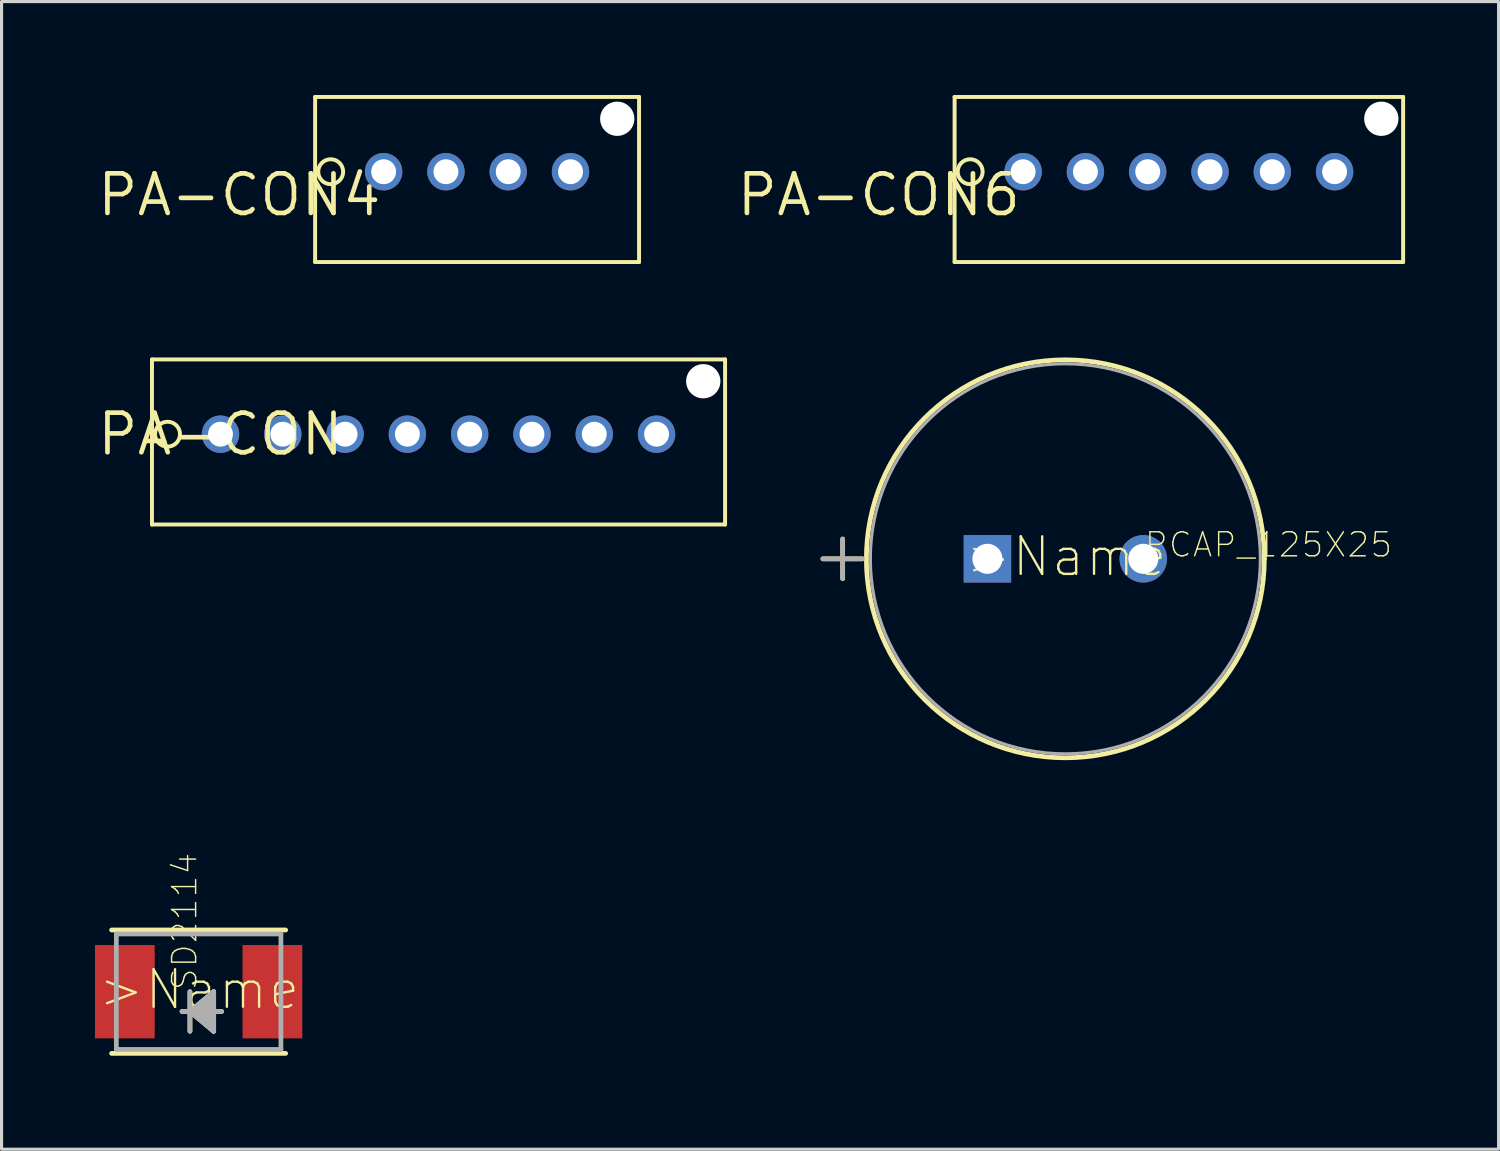
<source format=kicad_pcb>
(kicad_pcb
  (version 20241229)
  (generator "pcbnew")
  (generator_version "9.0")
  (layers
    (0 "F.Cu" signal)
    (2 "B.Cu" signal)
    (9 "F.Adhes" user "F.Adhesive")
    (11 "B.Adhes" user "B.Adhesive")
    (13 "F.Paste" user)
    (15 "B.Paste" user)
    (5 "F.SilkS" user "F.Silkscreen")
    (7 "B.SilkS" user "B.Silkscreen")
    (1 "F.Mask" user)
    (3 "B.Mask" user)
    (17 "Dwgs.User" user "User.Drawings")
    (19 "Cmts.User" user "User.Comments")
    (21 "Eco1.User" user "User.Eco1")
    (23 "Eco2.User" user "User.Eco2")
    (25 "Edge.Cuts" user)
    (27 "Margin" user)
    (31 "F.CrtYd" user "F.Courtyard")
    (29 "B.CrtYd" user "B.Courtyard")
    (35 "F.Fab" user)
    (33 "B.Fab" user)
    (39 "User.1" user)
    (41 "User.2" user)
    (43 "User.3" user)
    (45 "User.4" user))
  (footprint "PA-CON4"
    (layer "F.Cu")
    (at 9.267 2.463)
    (property "Reference" "PA-CON4" (at 0 0 0) (layer "F.SilkS") (effects (font (size 1.27 1.27) (thickness 0.15)) (justify right top)))
    (attr through_hole)
    (fp_line (start -2.2 -2.4) (end -2.2 2.9) (stroke (width 0.127) (type solid)) (layer "F.SilkS"))
    (fp_line (start -2.2 -2.4) (end 8.2 -2.4) (stroke (width 0.127) (type solid)) (layer "F.SilkS"))
    (fp_line (start 8.2 -2.4) (end 8.2 2.9) (stroke (width 0.127) (type solid)) (layer "F.SilkS"))
    (fp_line (start 8.2 2.9) (end -2.2 2.9) (stroke (width 0.127) (type solid)) (layer "F.SilkS"))
    (fp_circle (center -1.7 0) (end -1.3 0) (stroke (width 0.127) (type solid)) (fill no) (layer "F.SilkS"))
    (pad "" np_thru_hole circle (at 7.5 -1.7) (size 1.1 1.1) (drill 1.1) (layers "*.Cu"))
    (pad "1" thru_hole circle (at 0 0) (size 1.2 1.2) (drill 0.8) (layers "*.Cu" "*.Mask"))
    (pad "2" thru_hole circle (at 2 0) (size 1.2 1.2) (drill 0.8) (layers "*.Cu" "*.Mask"))
    (pad "3" thru_hole circle (at 4 0) (size 1.2 1.2) (drill 0.8) (layers "*.Cu" "*.Mask"))
    (pad "4" thru_hole circle (at 6 0) (size 1.2 1.2) (drill 0.8) (layers "*.Cu" "*.Mask")))
  (footprint "PA-CON6"
    (layer "F.Cu")
    (at 29.798 2.463)
    (property "Reference" "PA-CON6" (at 0 0 0) (layer "F.SilkS") (effects (font (size 1.27 1.27) (thickness 0.15)) (justify right top)))
    (attr through_hole)
    (fp_line (start -2.2 -2.4) (end -2.2 2.9) (stroke (width 0.127) (type solid)) (layer "F.SilkS"))
    (fp_line (start -2.2 -2.4) (end 12.2 -2.4) (stroke (width 0.127) (type solid)) (layer "F.SilkS"))
    (fp_line (start 12.2 -2.4) (end 12.2 2.9) (stroke (width 0.127) (type solid)) (layer "F.SilkS"))
    (fp_line (start 12.2 2.9) (end -2.2 2.9) (stroke (width 0.127) (type solid)) (layer "F.SilkS"))
    (fp_circle (center -1.7 0) (end -1.3 0) (stroke (width 0.127) (type solid)) (fill no) (layer "F.SilkS"))
    (pad "" np_thru_hole circle (at 11.5 -1.7) (size 1.1 1.1) (drill 1.1) (layers "*.Cu"))
    (pad "1" thru_hole circle (at 0 0) (size 1.2 1.2) (drill 0.8) (layers "*.Cu" "*.Mask"))
    (pad "2" thru_hole circle (at 2 0) (size 1.2 1.2) (drill 0.8) (layers "*.Cu" "*.Mask"))
    (pad "3" thru_hole circle (at 4 0) (size 1.2 1.2) (drill 0.8) (layers "*.Cu" "*.Mask"))
    (pad "4" thru_hole circle (at 6 0) (size 1.2 1.2) (drill 0.8) (layers "*.Cu" "*.Mask"))
    (pad "5" thru_hole circle (at 8 0) (size 1.2 1.2) (drill 0.8) (layers "*.Cu" "*.Mask"))
    (pad "6" thru_hole circle (at 10 0) (size 1.2 1.2) (drill 0.8) (layers "*.Cu" "*.Mask")))
  (footprint "SD2114"
    (layer "F.Cu")
    (at 3.327 28.789)
    (property "Reference" "SD2114" (at 0 0 270) (layer "F.SilkS") (effects (font (size 0.772 0.772) (thickness 0.046)) (justify left bottom)))
    (attr through_hole)
    (fp_line (start -2.794 1.981) (end 2.794 1.981) (stroke (width 0.152) (type solid)) (layer "F.SilkS"))
    (fp_line (start -0.279 0) (end -0.279 0.635) (stroke (width 0.152) (type solid)) (layer "F.SilkS"))
    (fp_line (start -0.279 0.635) (end -0.533 0.635) (stroke (width 0.152) (type solid)) (layer "F.SilkS"))
    (fp_line (start -0.279 0.635) (end -0.279 1.27) (stroke (width 0.152) (type solid)) (layer "F.SilkS"))
    (fp_line (start -0.279 0.635) (end 0.483 0) (stroke (width 0.152) (type solid)) (layer "F.SilkS"))
    (fp_line (start -0.279 0.635) (end 0.483 0.127) (stroke (width 0.152) (type solid)) (layer "F.SilkS"))
    (fp_line (start -0.279 0.635) (end 0.483 0.254) (stroke (width 0.152) (type solid)) (layer "F.SilkS"))
    (fp_line (start -0.279 0.635) (end 0.483 0.381) (stroke (width 0.152) (type solid)) (layer "F.SilkS"))
    (fp_line (start -0.279 0.635) (end 0.483 0.508) (stroke (width 0.152) (type solid)) (layer "F.SilkS"))
    (fp_line (start -0.279 0.635) (end 0.483 0.762) (stroke (width 0.152) (type solid)) (layer "F.SilkS"))
    (fp_line (start -0.279 0.635) (end 0.483 0.889) (stroke (width 0.152) (type solid)) (layer "F.SilkS"))
    (fp_line (start -0.279 0.635) (end 0.483 1.016) (stroke (width 0.152) (type solid)) (layer "F.SilkS"))
    (fp_line (start -0.279 0.635) (end 0.483 1.143) (stroke (width 0.152) (type solid)) (layer "F.SilkS"))
    (fp_line (start -0.279 0.635) (end 0.483 1.27) (stroke (width 0.152) (type solid)) (layer "F.SilkS"))
    (fp_line (start 0.483 0) (end 0.483 1.27) (stroke (width 0.152) (type solid)) (layer "F.SilkS"))
    (fp_line (start 0.737 0.635) (end -0.279 0.635) (stroke (width 0.152) (type solid)) (layer "F.SilkS"))
    (fp_line (start 2.794 -1.981) (end -2.794 -1.981) (stroke (width 0.152) (type solid)) (layer "F.SilkS"))
    (fp_line (start -2.642 -1.854) (end -2.642 1.854) (stroke (width 0.152) (type solid)) (layer "F.Fab"))
    (fp_line (start -2.642 1.854) (end 2.642 1.854) (stroke (width 0.152) (type solid)) (layer "F.Fab"))
    (fp_line (start -0.279 0) (end -0.279 0.635) (stroke (width 0.152) (type solid)) (layer "F.Fab"))
    (fp_line (start -0.279 0.635) (end -0.533 0.635) (stroke (width 0.152) (type solid)) (layer "F.Fab"))
    (fp_line (start -0.279 0.635) (end -0.279 1.27) (stroke (width 0.152) (type solid)) (layer "F.Fab"))
    (fp_line (start -0.279 0.635) (end 0.483 0) (stroke (width 0.152) (type solid)) (layer "F.Fab"))
    (fp_line (start -0.279 0.635) (end 0.483 0.127) (stroke (width 0.152) (type solid)) (layer "F.Fab"))
    (fp_line (start -0.279 0.635) (end 0.483 0.254) (stroke (width 0.152) (type solid)) (layer "F.Fab"))
    (fp_line (start -0.279 0.635) (end 0.483 0.381) (stroke (width 0.152) (type solid)) (layer "F.Fab"))
    (fp_line (start -0.279 0.635) (end 0.483 0.508) (stroke (width 0.152) (type solid)) (layer "F.Fab"))
    (fp_line (start -0.279 0.635) (end 0.483 0.762) (stroke (width 0.152) (type solid)) (layer "F.Fab"))
    (fp_line (start -0.279 0.635) (end 0.483 0.889) (stroke (width 0.152) (type solid)) (layer "F.Fab"))
    (fp_line (start -0.279 0.635) (end 0.483 1.016) (stroke (width 0.152) (type solid)) (layer "F.Fab"))
    (fp_line (start -0.279 0.635) (end 0.483 1.143) (stroke (width 0.152) (type solid)) (layer "F.Fab"))
    (fp_line (start -0.279 0.635) (end 0.483 1.27) (stroke (width 0.152) (type solid)) (layer "F.Fab"))
    (fp_line (start 0.483 0) (end 0.483 1.27) (stroke (width 0.152) (type solid)) (layer "F.Fab"))
    (fp_line (start 0.737 0.635) (end -0.279 0.635) (stroke (width 0.152) (type solid)) (layer "F.Fab"))
    (fp_line (start 2.642 -1.854) (end -2.642 -1.854) (stroke (width 0.152) (type solid)) (layer "F.Fab"))
    (fp_line (start 2.642 1.854) (end 2.642 -1.854) (stroke (width 0.152) (type solid)) (layer "F.Fab"))
    (fp_text user ">Name" (at -3.277 0.635 0) (layer "F.SilkS") (effects (font (size 1.206 1.206) (thickness 0.076)) (justify left bottom)))
    (pad "1" smd rect (at -2.369 0) (size 1.918 2.997) (layers "F.Cu" "F.Mask" "F.Paste"))
    (pad "2" smd rect (at 2.369 0) (size 1.918 2.997) (layers "F.Cu" "F.Mask" "F.Paste")))
  (footprint "PA-CON"
    (layer "F.Cu")
    (at 4.029 10.89)
    (property "Reference" "PA-CON" (at 0 0 0) (layer "F.SilkS") (effects (font (size 1.27 1.27) (thickness 0.15))))
    (attr through_hole)
    (fp_line (start -2.2 -2.4) (end -2.2 2.9) (stroke (width 0.127) (type solid)) (layer "F.SilkS"))
    (fp_line (start -2.2 -2.4) (end 16.2 -2.4) (stroke (width 0.127) (type solid)) (layer "F.SilkS"))
    (fp_line (start 16.2 -2.4) (end 16.2 2.9) (stroke (width 0.127) (type solid)) (layer "F.SilkS"))
    (fp_line (start 16.2 2.9) (end -2.2 2.9) (stroke (width 0.127) (type solid)) (layer "F.SilkS"))
    (fp_circle (center -1.7 0) (end -1.3 0) (stroke (width 0.127) (type solid)) (fill no) (layer "F.SilkS"))
    (pad "" np_thru_hole circle (at 15.5 -1.7) (size 1.1 1.1) (drill 1.1) (layers "*.Cu"))
    (pad "2" thru_hole circle (at 0 0) (size 1.2 1.2) (drill 0.8) (layers "*.Cu" "*.Mask"))
    (pad "3" thru_hole circle (at 2 0) (size 1.2 1.2) (drill 0.8) (layers "*.Cu" "*.Mask"))
    (pad "4" thru_hole circle (at 4 0) (size 1.2 1.2) (drill 0.8) (layers "*.Cu" "*.Mask"))
    (pad "5" thru_hole circle (at 6 0) (size 1.2 1.2) (drill 0.8) (layers "*.Cu" "*.Mask"))
    (pad "6" thru_hole circle (at 8 0) (size 1.2 1.2) (drill 0.8) (layers "*.Cu" "*.Mask"))
    (pad "7" thru_hole circle (at 10 0) (size 1.2 1.2) (drill 0.8) (layers "*.Cu" "*.Mask"))
    (pad "8" thru_hole circle (at 12 0) (size 1.2 1.2) (drill 0.8) (layers "*.Cu" "*.Mask"))
    (pad "9" thru_hole circle (at 14 0) (size 1.2 1.2) (drill 0.8) (layers "*.Cu" "*.Mask")))
  (footprint "PCAP_125X25"
    (layer "F.Cu")
    (at 33.656 14.891)
    (property "Reference" "PCAP_125X25" (at 0 0 0) (layer "F.SilkS") (effects (font (size 0.772 0.772) (thickness 0.046)) (justify left bottom)))
    (attr through_hole)
    (fp_line (start -10.287 0) (end -9.017 0) (stroke (width 0.152) (type solid)) (layer "F.SilkS"))
    (fp_line (start -9.652 -0.635) (end -9.652 0.635) (stroke (width 0.152) (type solid)) (layer "F.SilkS"))
    (fp_arc (start -8.89 0) (mid -2.5019 -6.3881) (end 3.8862 0) (stroke (width 0.1524) (type solid)) (layer "F.SilkS"))
    (fp_arc (start 3.8862 0) (mid -2.5019 6.3881) (end -8.89 0) (stroke (width 0.1524) (type solid)) (layer "F.SilkS"))
    (fp_line (start -10.287 0) (end -9.017 0) (stroke (width 0.152) (type solid)) (layer "F.Fab"))
    (fp_line (start -9.652 -0.635) (end -9.652 0.635) (stroke (width 0.152) (type solid)) (layer "F.Fab"))
    (fp_arc (start -8.763 0) (mid -2.5019 -6.2611) (end 3.7592 0) (stroke (width 0.1) (type solid)) (layer "F.Fab"))
    (fp_arc (start 3.7592 0) (mid -2.5019 6.2611) (end -8.763 0) (stroke (width 0.1) (type solid)) (layer "F.Fab"))
    (fp_text user ">Name" (at -5.766 0.635 0) (layer "F.SilkS") (effects (font (size 1.206 1.206) (thickness 0.076)) (justify left bottom)))
    (pad "1" thru_hole rect (at -5.004 0) (size 1.524 1.524) (drill 0.965) (layers "*.Cu" "*.Mask"))
    (pad "2" thru_hole circle (at 0 0 180) (size 1.524 1.524) (drill 0.965) (layers "*.Cu" "*.Mask")))
  (gr_rect
    (start -3 -3)
    (end 45.062 33.847)
    (stroke (width 0.1) (type default))
    (fill no)
    (layer "Edge.Cuts")))
</source>
